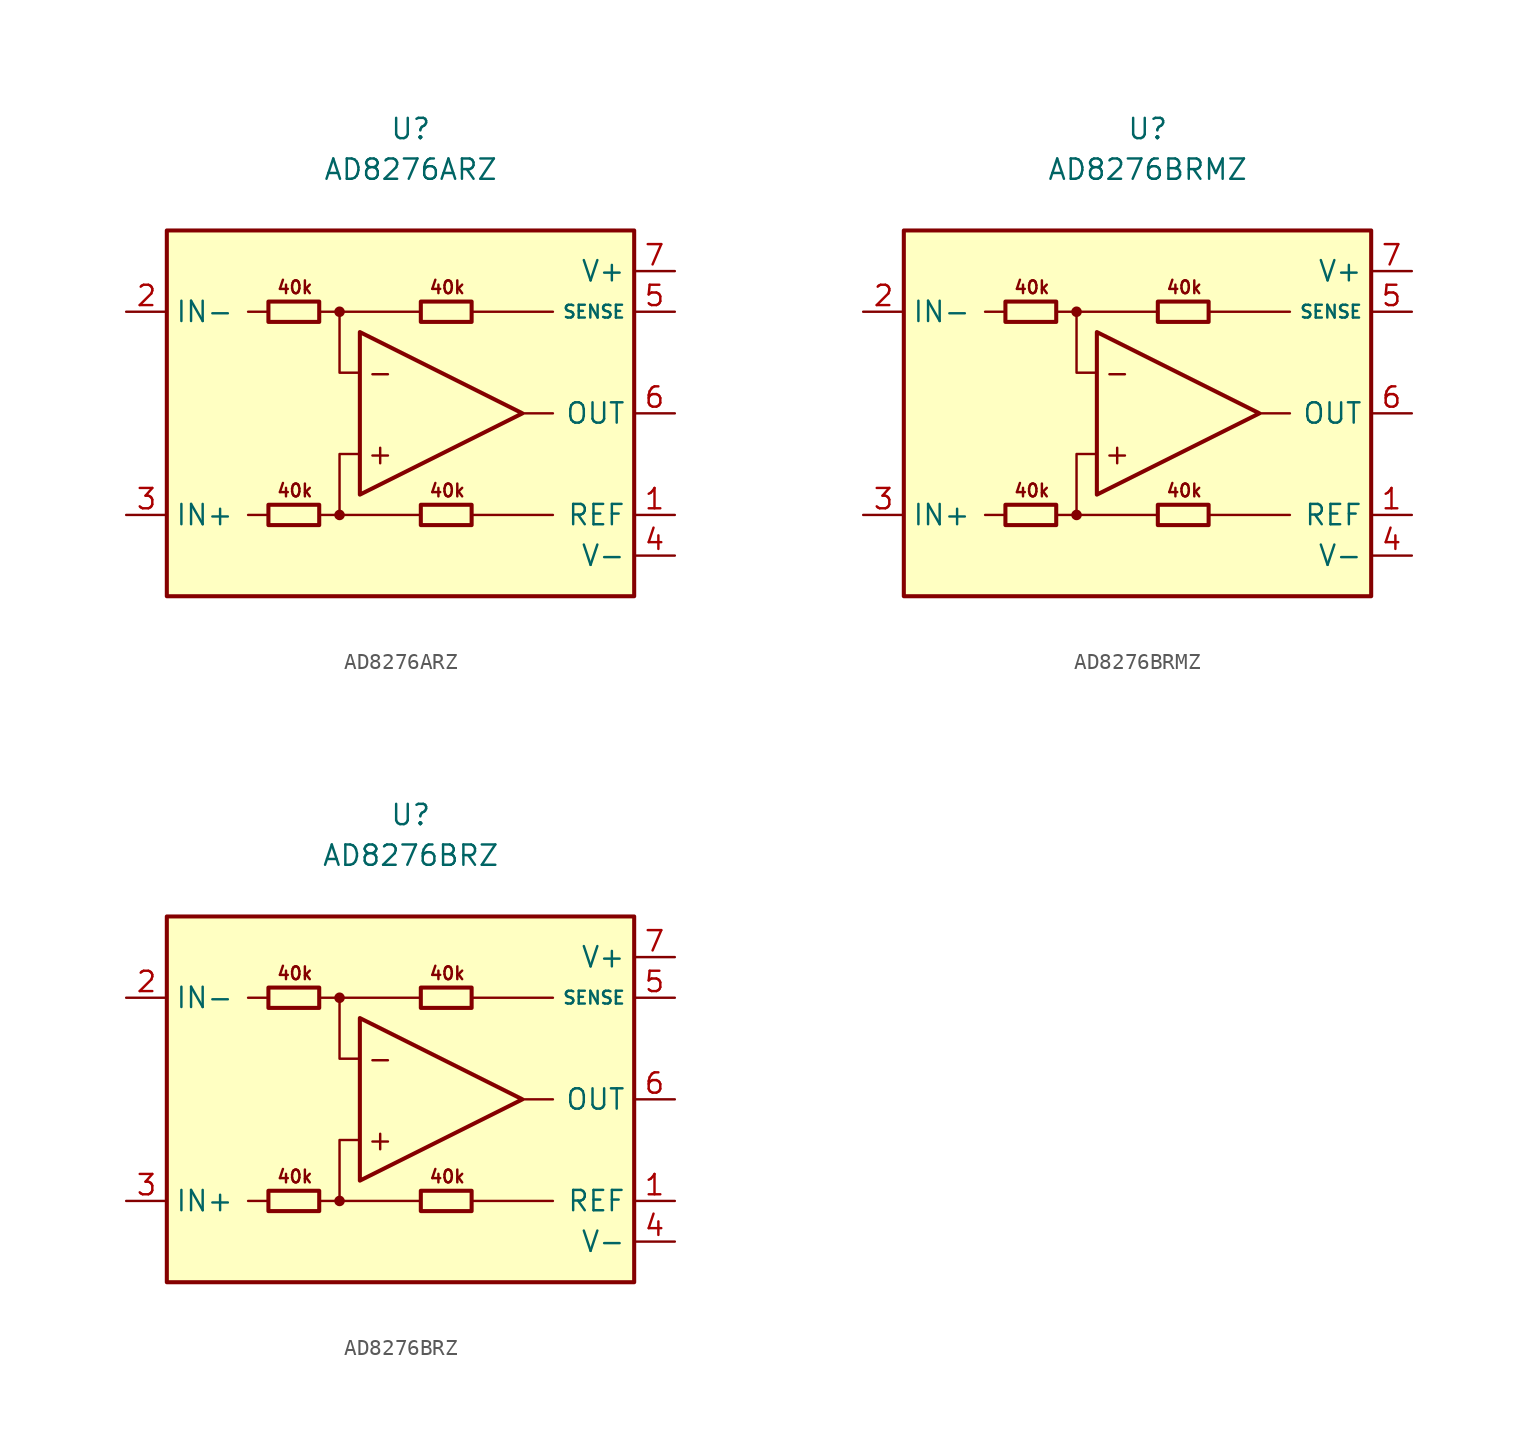
<source format=kicad_sym>
(kicad_symbol_lib
  (version 20211014)
  (generator kicad_symbol_editor)
  (symbol "AD8276ARZ"
    (property "Reference" "U"
      (at 0 17.78 0)
      (effects (font (size 1.27 1.27))))
    (property "Value" "AD8276ARZ"
      (at 0 15.24 0)
      (effects (font (size 1.27 1.27))))
    (symbol "AD8276ARZ_0_0"
      (rectangle (start -15.24 11.43) (end 13.97 -11.43) (stroke (width 0.254) (type default) (color 0 0 0 0)) (fill (type background)))
      (circle (center -4.445 -6.35) (radius 0.254) (stroke (width 0.152) (type default) (color 0 0 0 0)) (fill (type outline)))
      (circle (center -4.445 6.35) (radius 0.254) (stroke (width 0.152) (type default) (color 0 0 0 0)) (fill (type outline)))
      (polyline (pts (xy -8.89 -6.35) (xy -10.16 -6.35)) (stroke (width 0.152) (type default) (color 0 0 0 0)) (fill (type none)))
      (polyline (pts (xy -8.89 6.35) (xy -10.16 6.35)) (stroke (width 0.152) (type default) (color 0 0 0 0)) (fill (type none)))
      (polyline (pts (xy -4.445 6.35) (xy 0.635 6.35)) (stroke (width 0.152) (type default) (color 0 0 0 0)) (fill (type none)))
      (polyline (pts (xy 0.635 -6.35) (xy -4.445 -6.35)) (stroke (width 0.152) (type default) (color 0 0 0 0)) (fill (type none)))
      (polyline (pts (xy 3.81 -6.35) (xy 8.89 -6.35)) (stroke (width 0.152) (type default) (color 0 0 0 0)) (fill (type none)))
      (polyline (pts (xy 3.81 6.35) (xy 8.89 6.35)) (stroke (width 0.152) (type default) (color 0 0 0 0)) (fill (type none)))
      (polyline (pts (xy 6.985 0) (xy 8.89 0)) (stroke (width 0.152) (type default) (color 0 0 0 0)) (fill (type none)))
      (polyline (pts (xy -5.715 -6.35) (xy -4.445 -6.35) (xy -4.445 -2.54) (xy -3.175 -2.54)) (stroke (width 0.152) (type default) (color 0 0 0 0)) (fill (type none)))
      (polyline (pts (xy -3.175 2.54) (xy -4.445 2.54) (xy -4.445 6.35) (xy -5.715 6.35)) (stroke (width 0.152) (type default) (color 0 0 0 0)) (fill (type none)))
      (text "+" (at -1.905 -2.54 0) (effects (font (size 1.27 1.27))))
      (text "-" (at -1.905 2.54 0) (effects (font (size 1.27 1.27))))
      (text "40k" (at -7.239 -4.826 0) (effects (font (size 0.8 0.8))))
      (text "40k" (at -7.239 7.874 0) (effects (font (size 0.8 0.8))))
      (text "40k" (at 2.286 -4.826 0) (effects (font (size 0.8 0.8))))
      (text "40k" (at 2.286 7.874 0) (effects (font (size 0.8 0.8)))))
    (symbol "AD8276ARZ_0_1"
      (rectangle (start -8.89 -5.715) (end -5.715 -6.985) (stroke (width 0.254) (type default) (color 0 0 0 0)) (fill (type none)))
      (rectangle (start -8.89 6.985) (end -5.715 5.715) (stroke (width 0.254) (type default) (color 0 0 0 0)) (fill (type none)))
      (polyline (pts (xy -3.175 5.08) (xy -3.175 -5.08) (xy 6.985 0) (xy -3.175 5.08)) (stroke (width 0.254) (type default) (color 0 0 0 0)) (fill (type none)))
      (rectangle (start 0.635 -5.715) (end 3.81 -6.985) (stroke (width 0.254) (type default) (color 0 0 0 0)) (fill (type none)))
      (rectangle (start 0.635 6.985) (end 3.81 5.715) (stroke (width 0.254) (type default) (color 0 0 0 0)) (fill (type none))))
    (symbol "AD8276ARZ_1_1"
      (pin input line (at 16.51 -6.35 180) (length 2.54) (name "REF" (effects (font (size 1.27 1.27)))) (number "1" (effects (font (size 1.27 1.27)))))
      (pin input line (at -17.78 6.35 0) (length 2.54) (name "IN-" (effects (font (size 1.27 1.27)))) (number "2" (effects (font (size 1.27 1.27)))))
      (pin input line (at -17.78 -6.35 0) (length 2.54) (name "IN+" (effects (font (size 1.27 1.27)))) (number "3" (effects (font (size 1.27 1.27)))))
      (pin power_in line (at 16.51 -8.89 180) (length 2.54) (name "V-" (effects (font (size 1.27 1.27)))) (number "4" (effects (font (size 1.27 1.27)))))
      (pin input line (at 16.51 6.35 180) (length 2.54) (name "SENSE" (effects (font (size 0.8 0.8)))) (number "5" (effects (font (size 1.27 1.27)))))
      (pin output line (at 16.51 0 180) (length 2.54) (name "OUT" (effects (font (size 1.27 1.27)))) (number "6" (effects (font (size 1.27 1.27)))))
      (pin power_in line (at 16.51 8.89 180) (length 2.54) (name "V+" (effects (font (size 1.27 1.27)))) (number "7" (effects (font (size 1.27 1.27)))))
      (pin no_connect line (at -7.62 0 0) (length 2.54) hide (name "NC" (effects (font (size 1.27 1.27)))) (number "8" (effects (font (size 1.27 1.27)))))))
  (symbol "AD8276BRMZ"
    (property "Reference" "U"
      (at 0 17.78 0)
      (effects (font (size 1.27 1.27))))
    (property "Value" "AD8276BRMZ"
      (at 0 15.24 0)
      (effects (font (size 1.27 1.27))))
    (symbol "AD8276BRMZ_0_0"
      (rectangle (start -15.24 11.43) (end 13.97 -11.43) (stroke (width 0.254) (type default) (color 0 0 0 0)) (fill (type background)))
      (circle (center -4.445 -6.35) (radius 0.254) (stroke (width 0.152) (type default) (color 0 0 0 0)) (fill (type outline)))
      (circle (center -4.445 6.35) (radius 0.254) (stroke (width 0.152) (type default) (color 0 0 0 0)) (fill (type outline)))
      (polyline (pts (xy -8.89 -6.35) (xy -10.16 -6.35)) (stroke (width 0.152) (type default) (color 0 0 0 0)) (fill (type none)))
      (polyline (pts (xy -8.89 6.35) (xy -10.16 6.35)) (stroke (width 0.152) (type default) (color 0 0 0 0)) (fill (type none)))
      (polyline (pts (xy -4.445 6.35) (xy 0.635 6.35)) (stroke (width 0.152) (type default) (color 0 0 0 0)) (fill (type none)))
      (polyline (pts (xy 0.635 -6.35) (xy -4.445 -6.35)) (stroke (width 0.152) (type default) (color 0 0 0 0)) (fill (type none)))
      (polyline (pts (xy 3.81 -6.35) (xy 8.89 -6.35)) (stroke (width 0.152) (type default) (color 0 0 0 0)) (fill (type none)))
      (polyline (pts (xy 3.81 6.35) (xy 8.89 6.35)) (stroke (width 0.152) (type default) (color 0 0 0 0)) (fill (type none)))
      (polyline (pts (xy 6.985 0) (xy 8.89 0)) (stroke (width 0.152) (type default) (color 0 0 0 0)) (fill (type none)))
      (polyline (pts (xy -5.715 -6.35) (xy -4.445 -6.35) (xy -4.445 -2.54) (xy -3.175 -2.54)) (stroke (width 0.152) (type default) (color 0 0 0 0)) (fill (type none)))
      (polyline (pts (xy -3.175 2.54) (xy -4.445 2.54) (xy -4.445 6.35) (xy -5.715 6.35)) (stroke (width 0.152) (type default) (color 0 0 0 0)) (fill (type none)))
      (text "+" (at -1.905 -2.54 0) (effects (font (size 1.27 1.27))))
      (text "-" (at -1.905 2.54 0) (effects (font (size 1.27 1.27))))
      (text "40k" (at -7.239 -4.826 0) (effects (font (size 0.8 0.8))))
      (text "40k" (at -7.239 7.874 0) (effects (font (size 0.8 0.8))))
      (text "40k" (at 2.286 -4.826 0) (effects (font (size 0.8 0.8))))
      (text "40k" (at 2.286 7.874 0) (effects (font (size 0.8 0.8)))))
    (symbol "AD8276BRMZ_0_1"
      (rectangle (start -8.89 -5.715) (end -5.715 -6.985) (stroke (width 0.254) (type default) (color 0 0 0 0)) (fill (type none)))
      (rectangle (start -8.89 6.985) (end -5.715 5.715) (stroke (width 0.254) (type default) (color 0 0 0 0)) (fill (type none)))
      (polyline (pts (xy -3.175 5.08) (xy -3.175 -5.08) (xy 6.985 0) (xy -3.175 5.08)) (stroke (width 0.254) (type default) (color 0 0 0 0)) (fill (type none)))
      (rectangle (start 0.635 -5.715) (end 3.81 -6.985) (stroke (width 0.254) (type default) (color 0 0 0 0)) (fill (type none)))
      (rectangle (start 0.635 6.985) (end 3.81 5.715) (stroke (width 0.254) (type default) (color 0 0 0 0)) (fill (type none))))
    (symbol "AD8276BRMZ_1_1"
      (pin input line (at 16.51 -6.35 180) (length 2.54) (name "REF" (effects (font (size 1.27 1.27)))) (number "1" (effects (font (size 1.27 1.27)))))
      (pin input line (at -17.78 6.35 0) (length 2.54) (name "IN-" (effects (font (size 1.27 1.27)))) (number "2" (effects (font (size 1.27 1.27)))))
      (pin input line (at -17.78 -6.35 0) (length 2.54) (name "IN+" (effects (font (size 1.27 1.27)))) (number "3" (effects (font (size 1.27 1.27)))))
      (pin power_in line (at 16.51 -8.89 180) (length 2.54) (name "V-" (effects (font (size 1.27 1.27)))) (number "4" (effects (font (size 1.27 1.27)))))
      (pin input line (at 16.51 6.35 180) (length 2.54) (name "SENSE" (effects (font (size 0.8 0.8)))) (number "5" (effects (font (size 1.27 1.27)))))
      (pin output line (at 16.51 0 180) (length 2.54) (name "OUT" (effects (font (size 1.27 1.27)))) (number "6" (effects (font (size 1.27 1.27)))))
      (pin power_in line (at 16.51 8.89 180) (length 2.54) (name "V+" (effects (font (size 1.27 1.27)))) (number "7" (effects (font (size 1.27 1.27)))))
      (pin no_connect line (at -7.62 0 0) (length 2.54) hide (name "NC" (effects (font (size 1.27 1.27)))) (number "8" (effects (font (size 1.27 1.27)))))))
  (symbol "AD8276BRZ"
    (property "Reference" "U"
      (at 0 17.78 0)
      (effects (font (size 1.27 1.27))))
    (property "Value" "AD8276BRZ"
      (at 0 15.24 0)
      (effects (font (size 1.27 1.27))))
    (symbol "AD8276BRZ_0_0"
      (rectangle (start -15.24 11.43) (end 13.97 -11.43) (stroke (width 0.254) (type default) (color 0 0 0 0)) (fill (type background)))
      (circle (center -4.445 -6.35) (radius 0.254) (stroke (width 0.152) (type default) (color 0 0 0 0)) (fill (type outline)))
      (circle (center -4.445 6.35) (radius 0.254) (stroke (width 0.152) (type default) (color 0 0 0 0)) (fill (type outline)))
      (polyline (pts (xy -8.89 -6.35) (xy -10.16 -6.35)) (stroke (width 0.152) (type default) (color 0 0 0 0)) (fill (type none)))
      (polyline (pts (xy -8.89 6.35) (xy -10.16 6.35)) (stroke (width 0.152) (type default) (color 0 0 0 0)) (fill (type none)))
      (polyline (pts (xy -4.445 6.35) (xy 0.635 6.35)) (stroke (width 0.152) (type default) (color 0 0 0 0)) (fill (type none)))
      (polyline (pts (xy 0.635 -6.35) (xy -4.445 -6.35)) (stroke (width 0.152) (type default) (color 0 0 0 0)) (fill (type none)))
      (polyline (pts (xy 3.81 -6.35) (xy 8.89 -6.35)) (stroke (width 0.152) (type default) (color 0 0 0 0)) (fill (type none)))
      (polyline (pts (xy 3.81 6.35) (xy 8.89 6.35)) (stroke (width 0.152) (type default) (color 0 0 0 0)) (fill (type none)))
      (polyline (pts (xy 6.985 0) (xy 8.89 0)) (stroke (width 0.152) (type default) (color 0 0 0 0)) (fill (type none)))
      (polyline (pts (xy -5.715 -6.35) (xy -4.445 -6.35) (xy -4.445 -2.54) (xy -3.175 -2.54)) (stroke (width 0.152) (type default) (color 0 0 0 0)) (fill (type none)))
      (polyline (pts (xy -3.175 2.54) (xy -4.445 2.54) (xy -4.445 6.35) (xy -5.715 6.35)) (stroke (width 0.152) (type default) (color 0 0 0 0)) (fill (type none)))
      (text "+" (at -1.905 -2.54 0) (effects (font (size 1.27 1.27))))
      (text "-" (at -1.905 2.54 0) (effects (font (size 1.27 1.27))))
      (text "40k" (at -7.239 -4.826 0) (effects (font (size 0.8 0.8))))
      (text "40k" (at -7.239 7.874 0) (effects (font (size 0.8 0.8))))
      (text "40k" (at 2.286 -4.826 0) (effects (font (size 0.8 0.8))))
      (text "40k" (at 2.286 7.874 0) (effects (font (size 0.8 0.8)))))
    (symbol "AD8276BRZ_0_1"
      (rectangle (start -8.89 -5.715) (end -5.715 -6.985) (stroke (width 0.254) (type default) (color 0 0 0 0)) (fill (type none)))
      (rectangle (start -8.89 6.985) (end -5.715 5.715) (stroke (width 0.254) (type default) (color 0 0 0 0)) (fill (type none)))
      (polyline (pts (xy -3.175 5.08) (xy -3.175 -5.08) (xy 6.985 0) (xy -3.175 5.08)) (stroke (width 0.254) (type default) (color 0 0 0 0)) (fill (type none)))
      (rectangle (start 0.635 -5.715) (end 3.81 -6.985) (stroke (width 0.254) (type default) (color 0 0 0 0)) (fill (type none)))
      (rectangle (start 0.635 6.985) (end 3.81 5.715) (stroke (width 0.254) (type default) (color 0 0 0 0)) (fill (type none))))
    (symbol "AD8276BRZ_1_1"
      (pin input line (at 16.51 -6.35 180) (length 2.54) (name "REF" (effects (font (size 1.27 1.27)))) (number "1" (effects (font (size 1.27 1.27)))))
      (pin input line (at -17.78 6.35 0) (length 2.54) (name "IN-" (effects (font (size 1.27 1.27)))) (number "2" (effects (font (size 1.27 1.27)))))
      (pin input line (at -17.78 -6.35 0) (length 2.54) (name "IN+" (effects (font (size 1.27 1.27)))) (number "3" (effects (font (size 1.27 1.27)))))
      (pin power_in line (at 16.51 -8.89 180) (length 2.54) (name "V-" (effects (font (size 1.27 1.27)))) (number "4" (effects (font (size 1.27 1.27)))))
      (pin input line (at 16.51 6.35 180) (length 2.54) (name "SENSE" (effects (font (size 0.8 0.8)))) (number "5" (effects (font (size 1.27 1.27)))))
      (pin output line (at 16.51 0 180) (length 2.54) (name "OUT" (effects (font (size 1.27 1.27)))) (number "6" (effects (font (size 1.27 1.27)))))
      (pin power_in line (at 16.51 8.89 180) (length 2.54) (name "V+" (effects (font (size 1.27 1.27)))) (number "7" (effects (font (size 1.27 1.27)))))
      (pin no_connect line (at -7.62 0 0) (length 2.54) hide (name "NC" (effects (font (size 1.27 1.27)))) (number "8" (effects (font (size 1.27 1.27))))))))
</source>
